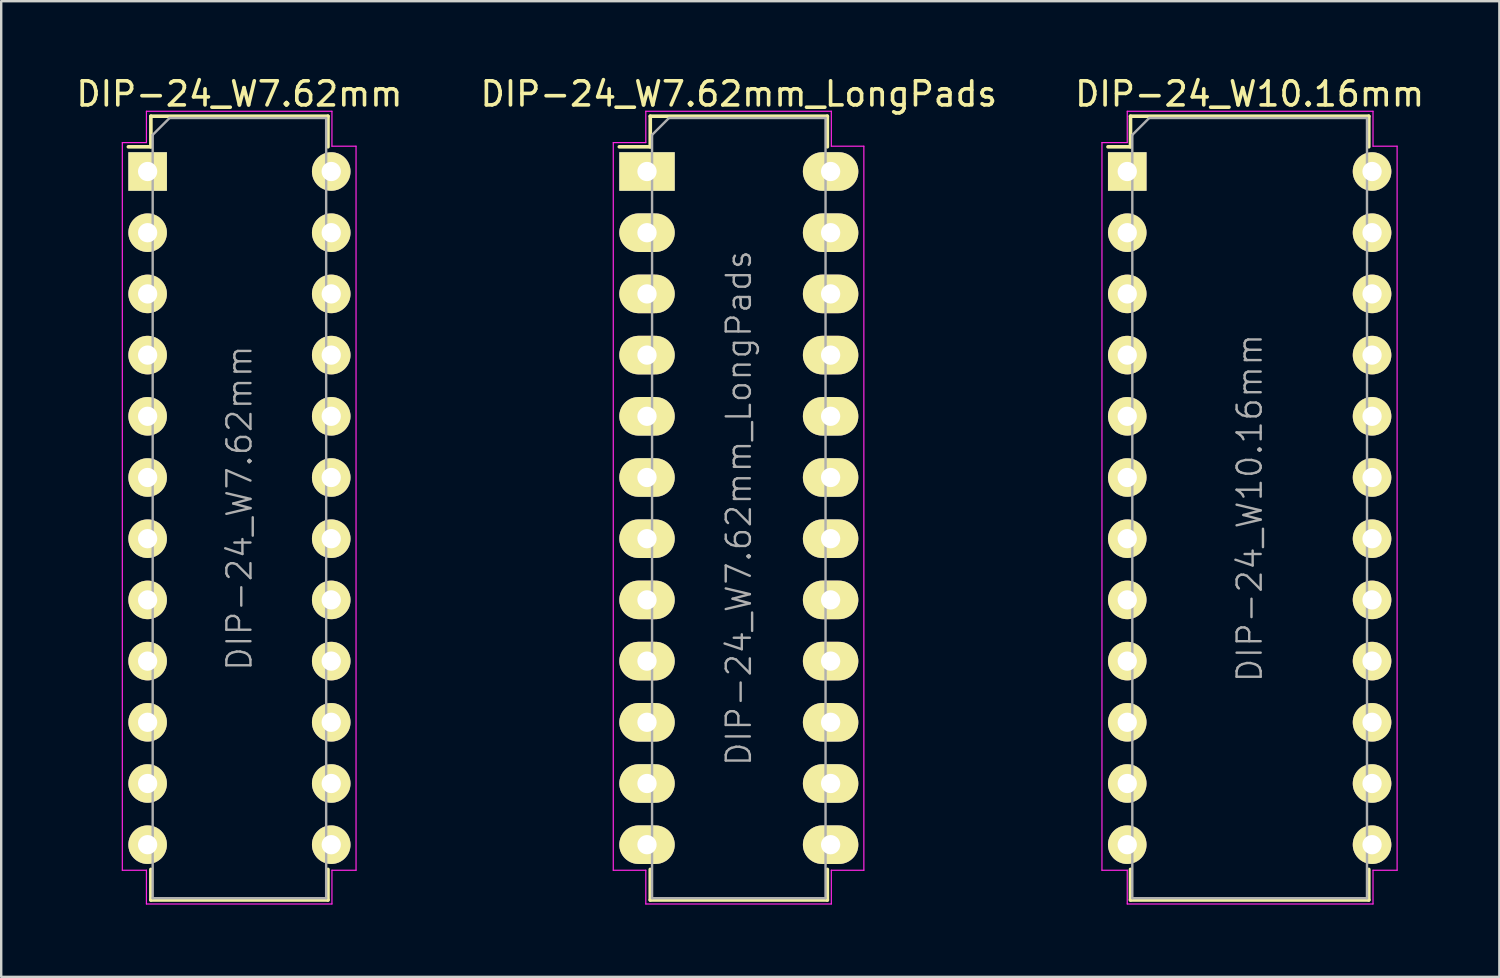
<source format=kicad_pcb>
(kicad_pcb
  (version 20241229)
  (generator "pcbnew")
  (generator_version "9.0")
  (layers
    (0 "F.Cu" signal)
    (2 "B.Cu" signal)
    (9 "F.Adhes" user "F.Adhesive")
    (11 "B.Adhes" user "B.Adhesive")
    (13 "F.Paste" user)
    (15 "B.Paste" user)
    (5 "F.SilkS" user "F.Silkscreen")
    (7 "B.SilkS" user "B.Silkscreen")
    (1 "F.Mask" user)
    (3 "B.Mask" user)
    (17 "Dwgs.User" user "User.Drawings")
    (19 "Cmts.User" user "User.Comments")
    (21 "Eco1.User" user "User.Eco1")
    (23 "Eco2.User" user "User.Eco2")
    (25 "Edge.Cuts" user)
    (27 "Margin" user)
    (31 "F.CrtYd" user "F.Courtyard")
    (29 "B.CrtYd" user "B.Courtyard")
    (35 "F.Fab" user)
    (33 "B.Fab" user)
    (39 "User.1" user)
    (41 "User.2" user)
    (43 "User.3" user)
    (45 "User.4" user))
  (footprint "DIP-24_W7.62mm"
    (layer "F.Cu")
    (at 3.077 4.068)
    (property "Reference" "DIP-24_W7.62mm" (at 3.81 -3.22 0) (layer "F.SilkS") (effects (font (size 1 1) (thickness 0.15))))
    (attr smd)
    (fp_line (start 0.135 -2.295) (end 0.135 -1.025) (stroke (width 0.15) (type solid)) (layer "F.SilkS"))
    (fp_line (start 0.135 -2.295) (end 7.485 -2.295) (stroke (width 0.15) (type solid)) (layer "F.SilkS"))
    (fp_line (start 0.135 -1.025) (end -0.8 -1.025) (stroke (width 0.15) (type solid)) (layer "F.SilkS"))
    (fp_line (start 0.135 30.235) (end 0.135 28.965) (stroke (width 0.15) (type solid)) (layer "F.SilkS"))
    (fp_line (start 0.135 30.235) (end 7.485 30.235) (stroke (width 0.15) (type solid)) (layer "F.SilkS"))
    (fp_line (start 7.485 -2.295) (end 7.485 -1.025) (stroke (width 0.15) (type solid)) (layer "F.SilkS"))
    (fp_line (start 7.485 30.235) (end 7.485 28.965) (stroke (width 0.15) (type solid)) (layer "F.SilkS"))
    (fp_line (start -1.05 -1.2) (end -1.05 29) (stroke (width 0.05) (type solid)) (layer "F.CrtYd"))
    (fp_line (start -1.05 -1.2) (end -0.05 -1.2) (stroke (width 0.05) (type solid)) (layer "F.CrtYd"))
    (fp_line (start -1.05 29) (end -0.05 29) (stroke (width 0.05) (type solid)) (layer "F.CrtYd"))
    (fp_line (start -0.05 -2.5) (end -0.05 -1.2) (stroke (width 0.05) (type solid)) (layer "F.CrtYd"))
    (fp_line (start -0.05 30.4) (end -0.05 29) (stroke (width 0.05) (type solid)) (layer "F.CrtYd"))
    (fp_line (start 7.65 -2.5) (end -0.05 -2.5) (stroke (width 0.05) (type solid)) (layer "F.CrtYd"))
    (fp_line (start 7.65 -2.5) (end 7.65 -1.05) (stroke (width 0.05) (type solid)) (layer "F.CrtYd"))
    (fp_line (start 7.65 30.4) (end -0.05 30.4) (stroke (width 0.05) (type solid)) (layer "F.CrtYd"))
    (fp_line (start 7.65 30.4) (end 7.65 29) (stroke (width 0.05) (type solid)) (layer "F.CrtYd"))
    (fp_line (start 8.65 -1.05) (end 7.65 -1.05) (stroke (width 0.05) (type solid)) (layer "F.CrtYd"))
    (fp_line (start 8.65 -1.05) (end 8.65 29) (stroke (width 0.05) (type solid)) (layer "F.CrtYd"))
    (fp_line (start 8.65 29) (end 7.65 29) (stroke (width 0.05) (type solid)) (layer "F.CrtYd"))
    (fp_line (start 0.21 -1.52) (end 0.91 -2.22) (stroke (width 0.1) (type solid)) (layer "F.Fab"))
    (fp_line (start 0.21 30.16) (end 0.21 -1.52) (stroke (width 0.1) (type solid)) (layer "F.Fab"))
    (fp_line (start 7.41 -2.22) (end 0.91 -2.22) (stroke (width 0.1) (type solid)) (layer "F.Fab"))
    (fp_line (start 7.41 30.16) (end 0.21 30.16) (stroke (width 0.1) (type solid)) (layer "F.Fab"))
    (fp_line (start 7.41 30.16) (end 7.41 -2.22) (stroke (width 0.1) (type solid)) (layer "F.Fab"))
    (fp_text user "${REFERENCE}" (at 3.81 13.97 90) (layer "F.Fab") (effects (font (size 1 1) (thickness 0.1))))
    (pad "1" thru_hole rect (at 0 0) (size 1.6 1.6) (drill 0.8) (layers "*.Cu" "*.Mask" "F.SilkS"))
    (pad "2" thru_hole oval (at 0 2.54) (size 1.6 1.6) (drill 0.8) (layers "*.Cu" "*.Mask" "F.SilkS"))
    (pad "3" thru_hole oval (at 0 5.08) (size 1.6 1.6) (drill 0.8) (layers "*.Cu" "*.Mask" "F.SilkS"))
    (pad "4" thru_hole oval (at 0 7.62) (size 1.6 1.6) (drill 0.8) (layers "*.Cu" "*.Mask" "F.SilkS"))
    (pad "5" thru_hole oval (at 0 10.16) (size 1.6 1.6) (drill 0.8) (layers "*.Cu" "*.Mask" "F.SilkS"))
    (pad "6" thru_hole oval (at 0 12.7) (size 1.6 1.6) (drill 0.8) (layers "*.Cu" "*.Mask" "F.SilkS"))
    (pad "7" thru_hole oval (at 0 15.24) (size 1.6 1.6) (drill 0.8) (layers "*.Cu" "*.Mask" "F.SilkS"))
    (pad "8" thru_hole oval (at 0 17.78) (size 1.6 1.6) (drill 0.8) (layers "*.Cu" "*.Mask" "F.SilkS"))
    (pad "9" thru_hole oval (at 0 20.32) (size 1.6 1.6) (drill 0.8) (layers "*.Cu" "*.Mask" "F.SilkS"))
    (pad "10" thru_hole oval (at 0 22.86) (size 1.6 1.6) (drill 0.8) (layers "*.Cu" "*.Mask" "F.SilkS"))
    (pad "11" thru_hole oval (at 0 25.4) (size 1.6 1.6) (drill 0.8) (layers "*.Cu" "*.Mask" "F.SilkS"))
    (pad "12" thru_hole oval (at 0 27.94) (size 1.6 1.6) (drill 0.8) (layers "*.Cu" "*.Mask" "F.SilkS"))
    (pad "13" thru_hole oval (at 7.62 27.94) (size 1.6 1.6) (drill 0.8) (layers "*.Cu" "*.Mask" "F.SilkS"))
    (pad "14" thru_hole oval (at 7.62 25.4) (size 1.6 1.6) (drill 0.8) (layers "*.Cu" "*.Mask" "F.SilkS"))
    (pad "15" thru_hole oval (at 7.62 22.86) (size 1.6 1.6) (drill 0.8) (layers "*.Cu" "*.Mask" "F.SilkS"))
    (pad "16" thru_hole oval (at 7.62 20.32) (size 1.6 1.6) (drill 0.8) (layers "*.Cu" "*.Mask" "F.SilkS"))
    (pad "17" thru_hole oval (at 7.62 17.78) (size 1.6 1.6) (drill 0.8) (layers "*.Cu" "*.Mask" "F.SilkS"))
    (pad "18" thru_hole oval (at 7.62 15.24) (size 1.6 1.6) (drill 0.8) (layers "*.Cu" "*.Mask" "F.SilkS"))
    (pad "19" thru_hole oval (at 7.62 12.7) (size 1.6 1.6) (drill 0.8) (layers "*.Cu" "*.Mask" "F.SilkS"))
    (pad "20" thru_hole oval (at 7.62 10.16) (size 1.6 1.6) (drill 0.8) (layers "*.Cu" "*.Mask" "F.SilkS"))
    (pad "21" thru_hole oval (at 7.62 7.62) (size 1.6 1.6) (drill 0.8) (layers "*.Cu" "*.Mask" "F.SilkS"))
    (pad "22" thru_hole oval (at 7.62 5.08) (size 1.6 1.6) (drill 0.8) (layers "*.Cu" "*.Mask" "F.SilkS"))
    (pad "23" thru_hole oval (at 7.62 2.54) (size 1.6 1.6) (drill 0.8) (layers "*.Cu" "*.Mask" "F.SilkS"))
    (pad "24" thru_hole oval (at 7.62 0) (size 1.6 1.6) (drill 0.8) (layers "*.Cu" "*.Mask" "F.SilkS")))
  (footprint "DIP-24_W7.62mm_LongPads"
    (layer "F.Cu")
    (at 23.803 4.068)
    (property "Reference" "DIP-24_W7.62mm_LongPads" (at 3.81 -3.22 0) (layer "F.SilkS") (effects (font (size 1 1) (thickness 0.15))))
    (attr smd)
    (fp_line (start 0.135 -2.295) (end 0.135 -1.025) (stroke (width 0.15) (type solid)) (layer "F.SilkS"))
    (fp_line (start 0.135 -2.295) (end 7.485 -2.295) (stroke (width 0.15) (type solid)) (layer "F.SilkS"))
    (fp_line (start 0.135 -1.025) (end -1.15 -1.025) (stroke (width 0.15) (type solid)) (layer "F.SilkS"))
    (fp_line (start 0.135 30.235) (end 0.135 28.965) (stroke (width 0.15) (type solid)) (layer "F.SilkS"))
    (fp_line (start 0.135 30.235) (end 7.485 30.235) (stroke (width 0.15) (type solid)) (layer "F.SilkS"))
    (fp_line (start 7.485 -2.295) (end 7.485 -1.025) (stroke (width 0.15) (type solid)) (layer "F.SilkS"))
    (fp_line (start 7.485 30.235) (end 7.485 28.965) (stroke (width 0.15) (type solid)) (layer "F.SilkS"))
    (fp_line (start -1.4 -1.2) (end -1.4 29) (stroke (width 0.05) (type solid)) (layer "F.CrtYd"))
    (fp_line (start -1.4 -1.2) (end -0.05 -1.2) (stroke (width 0.05) (type solid)) (layer "F.CrtYd"))
    (fp_line (start -1.4 29) (end -0.05 29) (stroke (width 0.05) (type solid)) (layer "F.CrtYd"))
    (fp_line (start -0.05 -2.5) (end -0.05 -1.2) (stroke (width 0.05) (type solid)) (layer "F.CrtYd"))
    (fp_line (start -0.05 30.4) (end -0.05 29) (stroke (width 0.05) (type solid)) (layer "F.CrtYd"))
    (fp_line (start 7.65 -2.5) (end -0.05 -2.5) (stroke (width 0.05) (type solid)) (layer "F.CrtYd"))
    (fp_line (start 7.65 -2.5) (end 7.65 -1.05) (stroke (width 0.05) (type solid)) (layer "F.CrtYd"))
    (fp_line (start 7.65 30.4) (end -0.05 30.4) (stroke (width 0.05) (type solid)) (layer "F.CrtYd"))
    (fp_line (start 7.65 30.4) (end 7.65 29) (stroke (width 0.05) (type solid)) (layer "F.CrtYd"))
    (fp_line (start 9 -1.05) (end 7.65 -1.05) (stroke (width 0.05) (type solid)) (layer "F.CrtYd"))
    (fp_line (start 9 -1.05) (end 9 29) (stroke (width 0.05) (type solid)) (layer "F.CrtYd"))
    (fp_line (start 9 29) (end 7.65 29) (stroke (width 0.05) (type solid)) (layer "F.CrtYd"))
    (fp_line (start 0.21 -1.52) (end 0.91 -2.22) (stroke (width 0.1) (type solid)) (layer "F.Fab"))
    (fp_line (start 0.21 30.16) (end 0.21 -1.52) (stroke (width 0.1) (type solid)) (layer "F.Fab"))
    (fp_line (start 7.41 -2.22) (end 0.91 -2.22) (stroke (width 0.1) (type solid)) (layer "F.Fab"))
    (fp_line (start 7.41 30.16) (end 0.21 30.16) (stroke (width 0.1) (type solid)) (layer "F.Fab"))
    (fp_line (start 7.41 30.16) (end 7.41 -2.22) (stroke (width 0.1) (type solid)) (layer "F.Fab"))
    (fp_text user "${REFERENCE}" (at 3.81 13.97 90) (layer "F.Fab") (effects (font (size 1 1) (thickness 0.1))))
    (pad "1" thru_hole rect (at 0 0) (size 2.3 1.6) (drill 0.8) (layers "*.Cu" "*.Mask" "F.SilkS"))
    (pad "2" thru_hole oval (at 0 2.54) (size 2.3 1.6) (drill 0.8) (layers "*.Cu" "*.Mask" "F.SilkS"))
    (pad "3" thru_hole oval (at 0 5.08) (size 2.3 1.6) (drill 0.8) (layers "*.Cu" "*.Mask" "F.SilkS"))
    (pad "4" thru_hole oval (at 0 7.62) (size 2.3 1.6) (drill 0.8) (layers "*.Cu" "*.Mask" "F.SilkS"))
    (pad "5" thru_hole oval (at 0 10.16) (size 2.3 1.6) (drill 0.8) (layers "*.Cu" "*.Mask" "F.SilkS"))
    (pad "6" thru_hole oval (at 0 12.7) (size 2.3 1.6) (drill 0.8) (layers "*.Cu" "*.Mask" "F.SilkS"))
    (pad "7" thru_hole oval (at 0 15.24) (size 2.3 1.6) (drill 0.8) (layers "*.Cu" "*.Mask" "F.SilkS"))
    (pad "8" thru_hole oval (at 0 17.78) (size 2.3 1.6) (drill 0.8) (layers "*.Cu" "*.Mask" "F.SilkS"))
    (pad "9" thru_hole oval (at 0 20.32) (size 2.3 1.6) (drill 0.8) (layers "*.Cu" "*.Mask" "F.SilkS"))
    (pad "10" thru_hole oval (at 0 22.86) (size 2.3 1.6) (drill 0.8) (layers "*.Cu" "*.Mask" "F.SilkS"))
    (pad "11" thru_hole oval (at 0 25.4) (size 2.3 1.6) (drill 0.8) (layers "*.Cu" "*.Mask" "F.SilkS"))
    (pad "12" thru_hole oval (at 0 27.94) (size 2.3 1.6) (drill 0.8) (layers "*.Cu" "*.Mask" "F.SilkS"))
    (pad "13" thru_hole oval (at 7.62 27.94) (size 2.3 1.6) (drill 0.8) (layers "*.Cu" "*.Mask" "F.SilkS"))
    (pad "14" thru_hole oval (at 7.62 25.4) (size 2.3 1.6) (drill 0.8) (layers "*.Cu" "*.Mask" "F.SilkS"))
    (pad "15" thru_hole oval (at 7.62 22.86) (size 2.3 1.6) (drill 0.8) (layers "*.Cu" "*.Mask" "F.SilkS"))
    (pad "16" thru_hole oval (at 7.62 20.32) (size 2.3 1.6) (drill 0.8) (layers "*.Cu" "*.Mask" "F.SilkS"))
    (pad "17" thru_hole oval (at 7.62 17.78) (size 2.3 1.6) (drill 0.8) (layers "*.Cu" "*.Mask" "F.SilkS"))
    (pad "18" thru_hole oval (at 7.62 15.24) (size 2.3 1.6) (drill 0.8) (layers "*.Cu" "*.Mask" "F.SilkS"))
    (pad "19" thru_hole oval (at 7.62 12.7) (size 2.3 1.6) (drill 0.8) (layers "*.Cu" "*.Mask" "F.SilkS"))
    (pad "20" thru_hole oval (at 7.62 10.16) (size 2.3 1.6) (drill 0.8) (layers "*.Cu" "*.Mask" "F.SilkS"))
    (pad "21" thru_hole oval (at 7.62 7.62) (size 2.3 1.6) (drill 0.8) (layers "*.Cu" "*.Mask" "F.SilkS"))
    (pad "22" thru_hole oval (at 7.62 5.08) (size 2.3 1.6) (drill 0.8) (layers "*.Cu" "*.Mask" "F.SilkS"))
    (pad "23" thru_hole oval (at 7.62 2.54) (size 2.3 1.6) (drill 0.8) (layers "*.Cu" "*.Mask" "F.SilkS"))
    (pad "24" thru_hole oval (at 7.62 0) (size 2.3 1.6) (drill 0.8) (layers "*.Cu" "*.Mask" "F.SilkS")))
  (footprint "DIP-24_W10.16mm"
    (layer "F.Cu")
    (at 43.735 4.068)
    (property "Reference" "DIP-24_W10.16mm" (at 5.08 -3.22 0) (layer "F.SilkS") (effects (font (size 1 1) (thickness 0.15))))
    (attr smd)
    (fp_line (start 0.135 -2.295) (end 0.135 -1.025) (stroke (width 0.15) (type solid)) (layer "F.SilkS"))
    (fp_line (start 0.135 -2.295) (end 10.025 -2.295) (stroke (width 0.15) (type solid)) (layer "F.SilkS"))
    (fp_line (start 0.135 -1.025) (end -0.8 -1.025) (stroke (width 0.15) (type solid)) (layer "F.SilkS"))
    (fp_line (start 0.135 30.235) (end 0.135 28.965) (stroke (width 0.15) (type solid)) (layer "F.SilkS"))
    (fp_line (start 0.135 30.235) (end 10.025 30.235) (stroke (width 0.15) (type solid)) (layer "F.SilkS"))
    (fp_line (start 10.025 -2.295) (end 10.025 -1.025) (stroke (width 0.15) (type solid)) (layer "F.SilkS"))
    (fp_line (start 10.025 30.235) (end 10.025 28.965) (stroke (width 0.15) (type solid)) (layer "F.SilkS"))
    (fp_line (start -1.05 -1.2) (end -1.05 29) (stroke (width 0.05) (type solid)) (layer "F.CrtYd"))
    (fp_line (start -1.05 -1.2) (end 0 -1.2) (stroke (width 0.05) (type solid)) (layer "F.CrtYd"))
    (fp_line (start -1.05 29) (end 0 29) (stroke (width 0.05) (type solid)) (layer "F.CrtYd"))
    (fp_line (start 0 -2.5) (end 0 -1.2) (stroke (width 0.05) (type solid)) (layer "F.CrtYd"))
    (fp_line (start 0 30.4) (end 0 29) (stroke (width 0.05) (type solid)) (layer "F.CrtYd"))
    (fp_line (start 10.2 -2.5) (end 0 -2.5) (stroke (width 0.05) (type solid)) (layer "F.CrtYd"))
    (fp_line (start 10.2 -2.5) (end 10.2 -1.05) (stroke (width 0.05) (type solid)) (layer "F.CrtYd"))
    (fp_line (start 10.2 30.4) (end 0 30.4) (stroke (width 0.05) (type solid)) (layer "F.CrtYd"))
    (fp_line (start 10.2 30.4) (end 10.2 29) (stroke (width 0.05) (type solid)) (layer "F.CrtYd"))
    (fp_line (start 11.2 -1.05) (end 10.2 -1.05) (stroke (width 0.05) (type solid)) (layer "F.CrtYd"))
    (fp_line (start 11.2 -1.05) (end 11.2 29) (stroke (width 0.05) (type solid)) (layer "F.CrtYd"))
    (fp_line (start 11.2 29) (end 10.2 29) (stroke (width 0.05) (type solid)) (layer "F.CrtYd"))
    (fp_line (start 0.21 -1.52) (end 0.91 -2.22) (stroke (width 0.1) (type solid)) (layer "F.Fab"))
    (fp_line (start 0.21 30.16) (end 0.21 -1.52) (stroke (width 0.1) (type solid)) (layer "F.Fab"))
    (fp_line (start 9.95 -2.22) (end 0.91 -2.22) (stroke (width 0.1) (type solid)) (layer "F.Fab"))
    (fp_line (start 9.95 30.16) (end 0.21 30.16) (stroke (width 0.1) (type solid)) (layer "F.Fab"))
    (fp_line (start 9.95 30.16) (end 9.95 -2.22) (stroke (width 0.1) (type solid)) (layer "F.Fab"))
    (fp_text user "${REFERENCE}" (at 5.08 13.97 90) (layer "F.Fab") (effects (font (size 1 1) (thickness 0.1))))
    (pad "1" thru_hole rect (at 0 0) (size 1.6 1.6) (drill 0.8) (layers "*.Cu" "*.Mask" "F.SilkS"))
    (pad "2" thru_hole oval (at 0 2.54) (size 1.6 1.6) (drill 0.8) (layers "*.Cu" "*.Mask" "F.SilkS"))
    (pad "3" thru_hole oval (at 0 5.08) (size 1.6 1.6) (drill 0.8) (layers "*.Cu" "*.Mask" "F.SilkS"))
    (pad "4" thru_hole oval (at 0 7.62) (size 1.6 1.6) (drill 0.8) (layers "*.Cu" "*.Mask" "F.SilkS"))
    (pad "5" thru_hole oval (at 0 10.16) (size 1.6 1.6) (drill 0.8) (layers "*.Cu" "*.Mask" "F.SilkS"))
    (pad "6" thru_hole oval (at 0 12.7) (size 1.6 1.6) (drill 0.8) (layers "*.Cu" "*.Mask" "F.SilkS"))
    (pad "7" thru_hole oval (at 0 15.24) (size 1.6 1.6) (drill 0.8) (layers "*.Cu" "*.Mask" "F.SilkS"))
    (pad "8" thru_hole oval (at 0 17.78) (size 1.6 1.6) (drill 0.8) (layers "*.Cu" "*.Mask" "F.SilkS"))
    (pad "9" thru_hole oval (at 0 20.32) (size 1.6 1.6) (drill 0.8) (layers "*.Cu" "*.Mask" "F.SilkS"))
    (pad "10" thru_hole oval (at 0 22.86) (size 1.6 1.6) (drill 0.8) (layers "*.Cu" "*.Mask" "F.SilkS"))
    (pad "11" thru_hole oval (at 0 25.4) (size 1.6 1.6) (drill 0.8) (layers "*.Cu" "*.Mask" "F.SilkS"))
    (pad "12" thru_hole oval (at 0 27.94) (size 1.6 1.6) (drill 0.8) (layers "*.Cu" "*.Mask" "F.SilkS"))
    (pad "13" thru_hole oval (at 10.16 27.94) (size 1.6 1.6) (drill 0.8) (layers "*.Cu" "*.Mask" "F.SilkS"))
    (pad "14" thru_hole oval (at 10.16 25.4) (size 1.6 1.6) (drill 0.8) (layers "*.Cu" "*.Mask" "F.SilkS"))
    (pad "15" thru_hole oval (at 10.16 22.86) (size 1.6 1.6) (drill 0.8) (layers "*.Cu" "*.Mask" "F.SilkS"))
    (pad "16" thru_hole oval (at 10.16 20.32) (size 1.6 1.6) (drill 0.8) (layers "*.Cu" "*.Mask" "F.SilkS"))
    (pad "17" thru_hole oval (at 10.16 17.78) (size 1.6 1.6) (drill 0.8) (layers "*.Cu" "*.Mask" "F.SilkS"))
    (pad "18" thru_hole oval (at 10.16 15.24) (size 1.6 1.6) (drill 0.8) (layers "*.Cu" "*.Mask" "F.SilkS"))
    (pad "19" thru_hole oval (at 10.16 12.7) (size 1.6 1.6) (drill 0.8) (layers "*.Cu" "*.Mask" "F.SilkS"))
    (pad "20" thru_hole oval (at 10.16 10.16) (size 1.6 1.6) (drill 0.8) (layers "*.Cu" "*.Mask" "F.SilkS"))
    (pad "21" thru_hole oval (at 10.16 7.62) (size 1.6 1.6) (drill 0.8) (layers "*.Cu" "*.Mask" "F.SilkS"))
    (pad "22" thru_hole oval (at 10.16 5.08) (size 1.6 1.6) (drill 0.8) (layers "*.Cu" "*.Mask" "F.SilkS"))
    (pad "23" thru_hole oval (at 10.16 2.54) (size 1.6 1.6) (drill 0.8) (layers "*.Cu" "*.Mask" "F.SilkS"))
    (pad "24" thru_hole oval (at 10.16 0) (size 1.6 1.6) (drill 0.8) (layers "*.Cu" "*.Mask" "F.SilkS")))
  (gr_rect
    (start -3 -3)
    (end 59.179 37.493)
    (stroke (width 0.1) (type default))
    (fill no)
    (layer "Edge.Cuts")))
</source>
